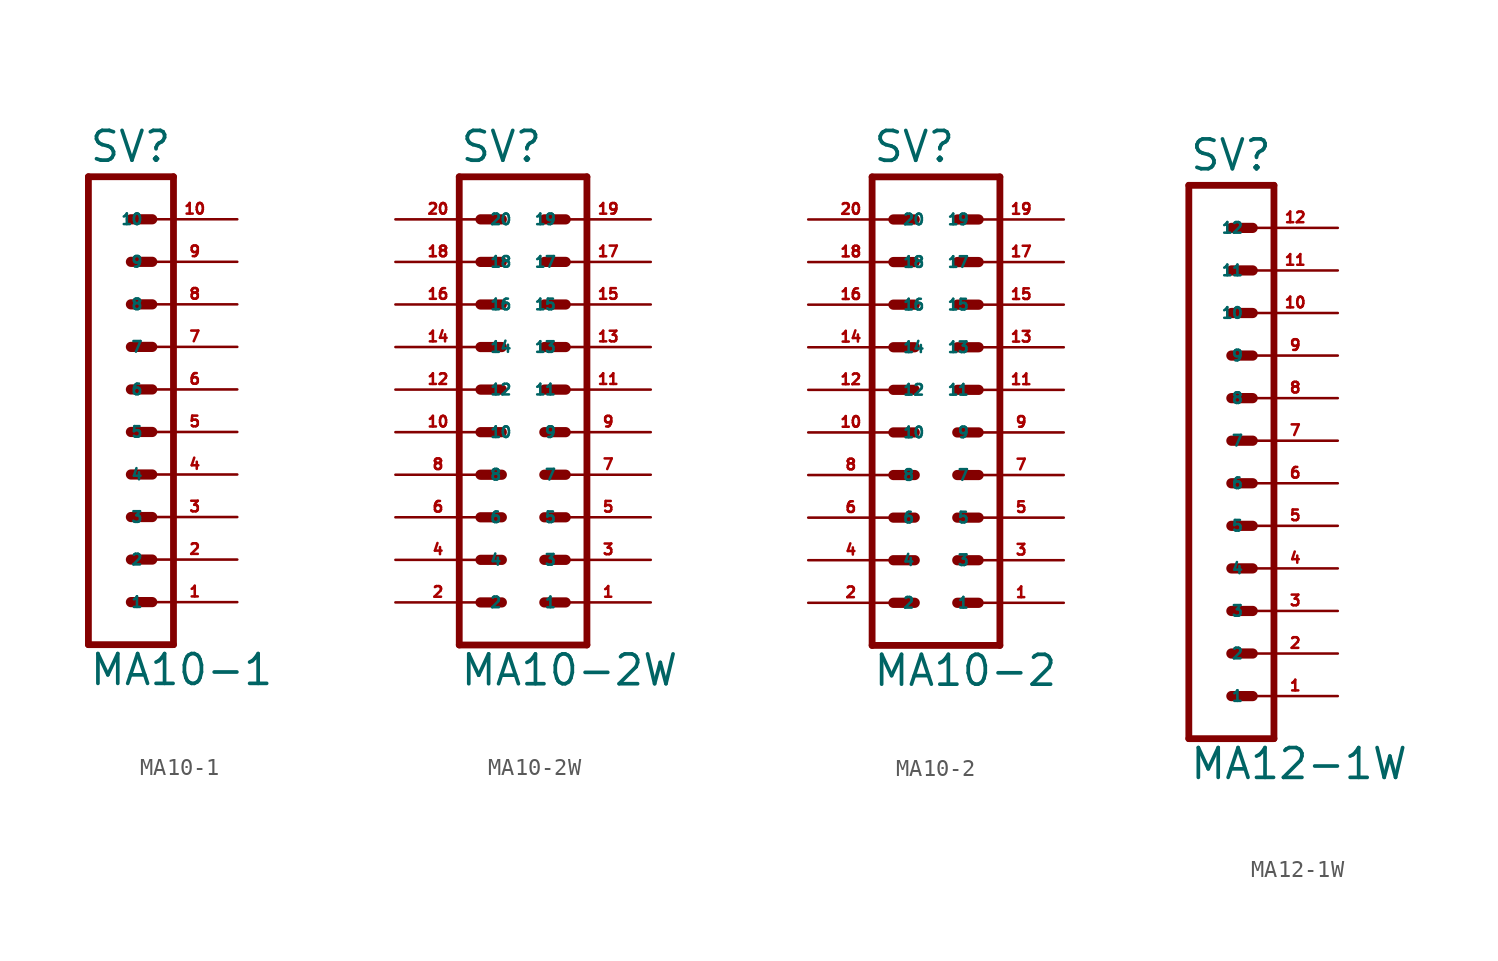
<source format=kicad_sym>
(kicad_symbol_lib
  (version 20220914)
  (generator Eagle2Kicad)
  (symbol "MA10-1"
    (property "Reference" "SV"
      (at -1.27 16.002 0)
      (effects (font (size 1.778 1.778) (thickness 0.22)) (justify left bottom)))
    (property "Value" "MA10-1"
      (at -1.27 -15.24 0)
      (effects (font (size 1.778 1.778) (thickness 0.22)) (justify left bottom)))
    (polyline
      (pts (xy 3.81 -12.7) (xy -1.27 -12.7))
      (stroke (width 0.406) (type default))
      (fill (type none)))
    (polyline
      (pts (xy 1.27 -5.08) (xy 2.54 -5.08))
      (stroke (width 0.61) (type default))
      (fill (type none)))
    (polyline
      (pts (xy 1.27 -7.62) (xy 2.54 -7.62))
      (stroke (width 0.61) (type default))
      (fill (type none)))
    (polyline
      (pts (xy 1.27 -10.16) (xy 2.54 -10.16))
      (stroke (width 0.61) (type default))
      (fill (type none)))
    (polyline
      (pts (xy 1.27 0) (xy 2.54 0))
      (stroke (width 0.61) (type default))
      (fill (type none)))
    (polyline
      (pts (xy 1.27 -2.54) (xy 2.54 -2.54))
      (stroke (width 0.61) (type default))
      (fill (type none)))
    (polyline
      (pts (xy 1.27 7.62) (xy 2.54 7.62))
      (stroke (width 0.61) (type default))
      (fill (type none)))
    (polyline
      (pts (xy 1.27 5.08) (xy 2.54 5.08))
      (stroke (width 0.61) (type default))
      (fill (type none)))
    (polyline
      (pts (xy 1.27 2.54) (xy 2.54 2.54))
      (stroke (width 0.61) (type default))
      (fill (type none)))
    (polyline
      (pts (xy 1.27 12.7) (xy 2.54 12.7))
      (stroke (width 0.61) (type default))
      (fill (type none)))
    (polyline
      (pts (xy 1.27 10.16) (xy 2.54 10.16))
      (stroke (width 0.61) (type default))
      (fill (type none)))
    (polyline
      (pts (xy -1.27 15.24) (xy -1.27 -12.7))
      (stroke (width 0.406) (type default))
      (fill (type none)))
    (polyline
      (pts (xy 3.81 -12.7) (xy 3.81 15.24))
      (stroke (width 0.406) (type default))
      (fill (type none)))
    (polyline
      (pts (xy -1.27 15.24) (xy 3.81 15.24))
      (stroke (width 0.406) (type default))
      (fill (type none)))
    (pin passive line
      (at 7.62 -10.16 180)
      (length 5.08)
      (name "1" (effects (font (size 0.635 0.635) (thickness 0.08)) (justify left bottom)))
      (number "1" (effects (font (size 0.635 0.635) (thickness 0.08)) (justify left bottom))))
    (pin passive line
      (at 7.62 -7.62 180)
      (length 5.08)
      (name "2" (effects (font (size 0.635 0.635) (thickness 0.08)) (justify left bottom)))
      (number "2" (effects (font (size 0.635 0.635) (thickness 0.08)) (justify left bottom))))
    (pin passive line
      (at 7.62 -5.08 180)
      (length 5.08)
      (name "3" (effects (font (size 0.635 0.635) (thickness 0.08)) (justify left bottom)))
      (number "3" (effects (font (size 0.635 0.635) (thickness 0.08)) (justify left bottom))))
    (pin passive line
      (at 7.62 -2.54 180)
      (length 5.08)
      (name "4" (effects (font (size 0.635 0.635) (thickness 0.08)) (justify left bottom)))
      (number "4" (effects (font (size 0.635 0.635) (thickness 0.08)) (justify left bottom))))
    (pin passive line
      (at 7.62 0 180)
      (length 5.08)
      (name "5" (effects (font (size 0.635 0.635) (thickness 0.08)) (justify left bottom)))
      (number "5" (effects (font (size 0.635 0.635) (thickness 0.08)) (justify left bottom))))
    (pin passive line
      (at 7.62 2.54 180)
      (length 5.08)
      (name "6" (effects (font (size 0.635 0.635) (thickness 0.08)) (justify left bottom)))
      (number "6" (effects (font (size 0.635 0.635) (thickness 0.08)) (justify left bottom))))
    (pin passive line
      (at 7.62 5.08 180)
      (length 5.08)
      (name "7" (effects (font (size 0.635 0.635) (thickness 0.08)) (justify left bottom)))
      (number "7" (effects (font (size 0.635 0.635) (thickness 0.08)) (justify left bottom))))
    (pin passive line
      (at 7.62 7.62 180)
      (length 5.08)
      (name "8" (effects (font (size 0.635 0.635) (thickness 0.08)) (justify left bottom)))
      (number "8" (effects (font (size 0.635 0.635) (thickness 0.08)) (justify left bottom))))
    (pin passive line
      (at 7.62 10.16 180)
      (length 5.08)
      (name "9" (effects (font (size 0.635 0.635) (thickness 0.08)) (justify left bottom)))
      (number "9" (effects (font (size 0.635 0.635) (thickness 0.08)) (justify left bottom))))
    (pin passive line
      (at 7.62 12.7 180)
      (length 5.08)
      (name "10" (effects (font (size 0.635 0.635) (thickness 0.08)) (justify left bottom)))
      (number "10" (effects (font (size 0.635 0.635) (thickness 0.08)) (justify left bottom)))))
  (symbol "MA10-2W"
    (property "Reference" "SV"
      (at -3.81 16.002 0)
      (effects (font (size 1.778 1.778) (thickness 0.22)) (justify left bottom)))
    (property "Value" "MA10-2W"
      (at -3.81 -15.24 0)
      (effects (font (size 1.778 1.778) (thickness 0.22)) (justify left bottom)))
    (polyline
      (pts (xy 3.81 -12.7) (xy -3.81 -12.7))
      (stroke (width 0.406) (type default))
      (fill (type none)))
    (polyline
      (pts (xy 1.27 -5.08) (xy 2.54 -5.08))
      (stroke (width 0.61) (type default))
      (fill (type none)))
    (polyline
      (pts (xy 1.27 -7.62) (xy 2.54 -7.62))
      (stroke (width 0.61) (type default))
      (fill (type none)))
    (polyline
      (pts (xy 1.27 -10.16) (xy 2.54 -10.16))
      (stroke (width 0.61) (type default))
      (fill (type none)))
    (polyline
      (pts (xy -2.54 -5.08) (xy -1.27 -5.08))
      (stroke (width 0.61) (type default))
      (fill (type none)))
    (polyline
      (pts (xy -2.54 -7.62) (xy -1.27 -7.62))
      (stroke (width 0.61) (type default))
      (fill (type none)))
    (polyline
      (pts (xy -2.54 -10.16) (xy -1.27 -10.16))
      (stroke (width 0.61) (type default))
      (fill (type none)))
    (polyline
      (pts (xy 1.27 0) (xy 2.54 0))
      (stroke (width 0.61) (type default))
      (fill (type none)))
    (polyline
      (pts (xy 1.27 -2.54) (xy 2.54 -2.54))
      (stroke (width 0.61) (type default))
      (fill (type none)))
    (polyline
      (pts (xy -2.54 0) (xy -1.27 0))
      (stroke (width 0.61) (type default))
      (fill (type none)))
    (polyline
      (pts (xy -2.54 -2.54) (xy -1.27 -2.54))
      (stroke (width 0.61) (type default))
      (fill (type none)))
    (polyline
      (pts (xy 1.27 7.62) (xy 2.54 7.62))
      (stroke (width 0.61) (type default))
      (fill (type none)))
    (polyline
      (pts (xy 1.27 5.08) (xy 2.54 5.08))
      (stroke (width 0.61) (type default))
      (fill (type none)))
    (polyline
      (pts (xy 1.27 2.54) (xy 2.54 2.54))
      (stroke (width 0.61) (type default))
      (fill (type none)))
    (polyline
      (pts (xy -2.54 7.62) (xy -1.27 7.62))
      (stroke (width 0.61) (type default))
      (fill (type none)))
    (polyline
      (pts (xy -2.54 5.08) (xy -1.27 5.08))
      (stroke (width 0.61) (type default))
      (fill (type none)))
    (polyline
      (pts (xy -2.54 2.54) (xy -1.27 2.54))
      (stroke (width 0.61) (type default))
      (fill (type none)))
    (polyline
      (pts (xy -3.81 15.24) (xy -3.81 -12.7))
      (stroke (width 0.406) (type default))
      (fill (type none)))
    (polyline
      (pts (xy 3.81 -12.7) (xy 3.81 15.24))
      (stroke (width 0.406) (type default))
      (fill (type none)))
    (polyline
      (pts (xy -3.81 15.24) (xy 3.81 15.24))
      (stroke (width 0.406) (type default))
      (fill (type none)))
    (polyline
      (pts (xy 1.27 12.7) (xy 2.54 12.7))
      (stroke (width 0.61) (type default))
      (fill (type none)))
    (polyline
      (pts (xy 1.27 10.16) (xy 2.54 10.16))
      (stroke (width 0.61) (type default))
      (fill (type none)))
    (polyline
      (pts (xy -2.54 12.7) (xy -1.27 12.7))
      (stroke (width 0.61) (type default))
      (fill (type none)))
    (polyline
      (pts (xy -2.54 10.16) (xy -1.27 10.16))
      (stroke (width 0.61) (type default))
      (fill (type none)))
    (pin passive line
      (at 7.62 -10.16 180)
      (length 5.08)
      (name "1" (effects (font (size 0.635 0.635) (thickness 0.08)) (justify left bottom)))
      (number "1" (effects (font (size 0.635 0.635) (thickness 0.08)) (justify left bottom))))
    (pin passive line
      (at 7.62 -7.62 180)
      (length 5.08)
      (name "3" (effects (font (size 0.635 0.635) (thickness 0.08)) (justify left bottom)))
      (number "3" (effects (font (size 0.635 0.635) (thickness 0.08)) (justify left bottom))))
    (pin passive line
      (at 7.62 -5.08 180)
      (length 5.08)
      (name "5" (effects (font (size 0.635 0.635) (thickness 0.08)) (justify left bottom)))
      (number "5" (effects (font (size 0.635 0.635) (thickness 0.08)) (justify left bottom))))
    (pin passive line
      (at -7.62 -10.16 0)
      (length 5.08)
      (name "2" (effects (font (size 0.635 0.635) (thickness 0.08)) (justify left bottom)))
      (number "2" (effects (font (size 0.635 0.635) (thickness 0.08)) (justify left bottom))))
    (pin passive line
      (at -7.62 -7.62 0)
      (length 5.08)
      (name "4" (effects (font (size 0.635 0.635) (thickness 0.08)) (justify left bottom)))
      (number "4" (effects (font (size 0.635 0.635) (thickness 0.08)) (justify left bottom))))
    (pin passive line
      (at -7.62 -5.08 0)
      (length 5.08)
      (name "6" (effects (font (size 0.635 0.635) (thickness 0.08)) (justify left bottom)))
      (number "6" (effects (font (size 0.635 0.635) (thickness 0.08)) (justify left bottom))))
    (pin passive line
      (at 7.62 -2.54 180)
      (length 5.08)
      (name "7" (effects (font (size 0.635 0.635) (thickness 0.08)) (justify left bottom)))
      (number "7" (effects (font (size 0.635 0.635) (thickness 0.08)) (justify left bottom))))
    (pin passive line
      (at 7.62 0 180)
      (length 5.08)
      (name "9" (effects (font (size 0.635 0.635) (thickness 0.08)) (justify left bottom)))
      (number "9" (effects (font (size 0.635 0.635) (thickness 0.08)) (justify left bottom))))
    (pin passive line
      (at -7.62 -2.54 0)
      (length 5.08)
      (name "8" (effects (font (size 0.635 0.635) (thickness 0.08)) (justify left bottom)))
      (number "8" (effects (font (size 0.635 0.635) (thickness 0.08)) (justify left bottom))))
    (pin passive line
      (at -7.62 0 0)
      (length 5.08)
      (name "10" (effects (font (size 0.635 0.635) (thickness 0.08)) (justify left bottom)))
      (number "10" (effects (font (size 0.635 0.635) (thickness 0.08)) (justify left bottom))))
    (pin passive line
      (at 7.62 2.54 180)
      (length 5.08)
      (name "11" (effects (font (size 0.635 0.635) (thickness 0.08)) (justify left bottom)))
      (number "11" (effects (font (size 0.635 0.635) (thickness 0.08)) (justify left bottom))))
    (pin passive line
      (at 7.62 5.08 180)
      (length 5.08)
      (name "13" (effects (font (size 0.635 0.635) (thickness 0.08)) (justify left bottom)))
      (number "13" (effects (font (size 0.635 0.635) (thickness 0.08)) (justify left bottom))))
    (pin passive line
      (at 7.62 7.62 180)
      (length 5.08)
      (name "15" (effects (font (size 0.635 0.635) (thickness 0.08)) (justify left bottom)))
      (number "15" (effects (font (size 0.635 0.635) (thickness 0.08)) (justify left bottom))))
    (pin passive line
      (at -7.62 2.54 0)
      (length 5.08)
      (name "12" (effects (font (size 0.635 0.635) (thickness 0.08)) (justify left bottom)))
      (number "12" (effects (font (size 0.635 0.635) (thickness 0.08)) (justify left bottom))))
    (pin passive line
      (at -7.62 5.08 0)
      (length 5.08)
      (name "14" (effects (font (size 0.635 0.635) (thickness 0.08)) (justify left bottom)))
      (number "14" (effects (font (size 0.635 0.635) (thickness 0.08)) (justify left bottom))))
    (pin passive line
      (at -7.62 7.62 0)
      (length 5.08)
      (name "16" (effects (font (size 0.635 0.635) (thickness 0.08)) (justify left bottom)))
      (number "16" (effects (font (size 0.635 0.635) (thickness 0.08)) (justify left bottom))))
    (pin passive line
      (at 7.62 10.16 180)
      (length 5.08)
      (name "17" (effects (font (size 0.635 0.635) (thickness 0.08)) (justify left bottom)))
      (number "17" (effects (font (size 0.635 0.635) (thickness 0.08)) (justify left bottom))))
    (pin passive line
      (at 7.62 12.7 180)
      (length 5.08)
      (name "19" (effects (font (size 0.635 0.635) (thickness 0.08)) (justify left bottom)))
      (number "19" (effects (font (size 0.635 0.635) (thickness 0.08)) (justify left bottom))))
    (pin passive line
      (at -7.62 10.16 0)
      (length 5.08)
      (name "18" (effects (font (size 0.635 0.635) (thickness 0.08)) (justify left bottom)))
      (number "18" (effects (font (size 0.635 0.635) (thickness 0.08)) (justify left bottom))))
    (pin passive line
      (at -7.62 12.7 0)
      (length 5.08)
      (name "20" (effects (font (size 0.635 0.635) (thickness 0.08)) (justify left bottom)))
      (number "20" (effects (font (size 0.635 0.635) (thickness 0.08)) (justify left bottom)))))
  (symbol "MA10-2"
    (property "Reference" "SV"
      (at -3.81 16.002 0)
      (effects (font (size 1.778 1.778) (thickness 0.22)) (justify left bottom)))
    (property "Value" "MA10-2"
      (at -3.81 -15.24 0)
      (effects (font (size 1.778 1.778) (thickness 0.22)) (justify left bottom)))
    (polyline
      (pts (xy 3.81 -12.7) (xy -3.81 -12.7))
      (stroke (width 0.406) (type default))
      (fill (type none)))
    (polyline
      (pts (xy 1.27 -5.08) (xy 2.54 -5.08))
      (stroke (width 0.61) (type default))
      (fill (type none)))
    (polyline
      (pts (xy 1.27 -7.62) (xy 2.54 -7.62))
      (stroke (width 0.61) (type default))
      (fill (type none)))
    (polyline
      (pts (xy 1.27 -10.16) (xy 2.54 -10.16))
      (stroke (width 0.61) (type default))
      (fill (type none)))
    (polyline
      (pts (xy -2.54 -5.08) (xy -1.27 -5.08))
      (stroke (width 0.61) (type default))
      (fill (type none)))
    (polyline
      (pts (xy -2.54 -7.62) (xy -1.27 -7.62))
      (stroke (width 0.61) (type default))
      (fill (type none)))
    (polyline
      (pts (xy -2.54 -10.16) (xy -1.27 -10.16))
      (stroke (width 0.61) (type default))
      (fill (type none)))
    (polyline
      (pts (xy 1.27 0) (xy 2.54 0))
      (stroke (width 0.61) (type default))
      (fill (type none)))
    (polyline
      (pts (xy 1.27 -2.54) (xy 2.54 -2.54))
      (stroke (width 0.61) (type default))
      (fill (type none)))
    (polyline
      (pts (xy -2.54 0) (xy -1.27 0))
      (stroke (width 0.61) (type default))
      (fill (type none)))
    (polyline
      (pts (xy -2.54 -2.54) (xy -1.27 -2.54))
      (stroke (width 0.61) (type default))
      (fill (type none)))
    (polyline
      (pts (xy 1.27 7.62) (xy 2.54 7.62))
      (stroke (width 0.61) (type default))
      (fill (type none)))
    (polyline
      (pts (xy 1.27 5.08) (xy 2.54 5.08))
      (stroke (width 0.61) (type default))
      (fill (type none)))
    (polyline
      (pts (xy 1.27 2.54) (xy 2.54 2.54))
      (stroke (width 0.61) (type default))
      (fill (type none)))
    (polyline
      (pts (xy -2.54 7.62) (xy -1.27 7.62))
      (stroke (width 0.61) (type default))
      (fill (type none)))
    (polyline
      (pts (xy -2.54 5.08) (xy -1.27 5.08))
      (stroke (width 0.61) (type default))
      (fill (type none)))
    (polyline
      (pts (xy -2.54 2.54) (xy -1.27 2.54))
      (stroke (width 0.61) (type default))
      (fill (type none)))
    (polyline
      (pts (xy -3.81 15.24) (xy -3.81 -12.7))
      (stroke (width 0.406) (type default))
      (fill (type none)))
    (polyline
      (pts (xy 3.81 -12.7) (xy 3.81 15.24))
      (stroke (width 0.406) (type default))
      (fill (type none)))
    (polyline
      (pts (xy -3.81 15.24) (xy 3.81 15.24))
      (stroke (width 0.406) (type default))
      (fill (type none)))
    (polyline
      (pts (xy 1.27 12.7) (xy 2.54 12.7))
      (stroke (width 0.61) (type default))
      (fill (type none)))
    (polyline
      (pts (xy 1.27 10.16) (xy 2.54 10.16))
      (stroke (width 0.61) (type default))
      (fill (type none)))
    (polyline
      (pts (xy -2.54 12.7) (xy -1.27 12.7))
      (stroke (width 0.61) (type default))
      (fill (type none)))
    (polyline
      (pts (xy -2.54 10.16) (xy -1.27 10.16))
      (stroke (width 0.61) (type default))
      (fill (type none)))
    (pin passive line
      (at 7.62 -10.16 180)
      (length 5.08)
      (name "1" (effects (font (size 0.635 0.635) (thickness 0.08)) (justify left bottom)))
      (number "1" (effects (font (size 0.635 0.635) (thickness 0.08)) (justify left bottom))))
    (pin passive line
      (at 7.62 -7.62 180)
      (length 5.08)
      (name "3" (effects (font (size 0.635 0.635) (thickness 0.08)) (justify left bottom)))
      (number "3" (effects (font (size 0.635 0.635) (thickness 0.08)) (justify left bottom))))
    (pin passive line
      (at 7.62 -5.08 180)
      (length 5.08)
      (name "5" (effects (font (size 0.635 0.635) (thickness 0.08)) (justify left bottom)))
      (number "5" (effects (font (size 0.635 0.635) (thickness 0.08)) (justify left bottom))))
    (pin passive line
      (at -7.62 -10.16 0)
      (length 5.08)
      (name "2" (effects (font (size 0.635 0.635) (thickness 0.08)) (justify left bottom)))
      (number "2" (effects (font (size 0.635 0.635) (thickness 0.08)) (justify left bottom))))
    (pin passive line
      (at -7.62 -7.62 0)
      (length 5.08)
      (name "4" (effects (font (size 0.635 0.635) (thickness 0.08)) (justify left bottom)))
      (number "4" (effects (font (size 0.635 0.635) (thickness 0.08)) (justify left bottom))))
    (pin passive line
      (at -7.62 -5.08 0)
      (length 5.08)
      (name "6" (effects (font (size 0.635 0.635) (thickness 0.08)) (justify left bottom)))
      (number "6" (effects (font (size 0.635 0.635) (thickness 0.08)) (justify left bottom))))
    (pin passive line
      (at 7.62 -2.54 180)
      (length 5.08)
      (name "7" (effects (font (size 0.635 0.635) (thickness 0.08)) (justify left bottom)))
      (number "7" (effects (font (size 0.635 0.635) (thickness 0.08)) (justify left bottom))))
    (pin passive line
      (at 7.62 0 180)
      (length 5.08)
      (name "9" (effects (font (size 0.635 0.635) (thickness 0.08)) (justify left bottom)))
      (number "9" (effects (font (size 0.635 0.635) (thickness 0.08)) (justify left bottom))))
    (pin passive line
      (at -7.62 -2.54 0)
      (length 5.08)
      (name "8" (effects (font (size 0.635 0.635) (thickness 0.08)) (justify left bottom)))
      (number "8" (effects (font (size 0.635 0.635) (thickness 0.08)) (justify left bottom))))
    (pin passive line
      (at -7.62 0 0)
      (length 5.08)
      (name "10" (effects (font (size 0.635 0.635) (thickness 0.08)) (justify left bottom)))
      (number "10" (effects (font (size 0.635 0.635) (thickness 0.08)) (justify left bottom))))
    (pin passive line
      (at 7.62 2.54 180)
      (length 5.08)
      (name "11" (effects (font (size 0.635 0.635) (thickness 0.08)) (justify left bottom)))
      (number "11" (effects (font (size 0.635 0.635) (thickness 0.08)) (justify left bottom))))
    (pin passive line
      (at 7.62 5.08 180)
      (length 5.08)
      (name "13" (effects (font (size 0.635 0.635) (thickness 0.08)) (justify left bottom)))
      (number "13" (effects (font (size 0.635 0.635) (thickness 0.08)) (justify left bottom))))
    (pin passive line
      (at 7.62 7.62 180)
      (length 5.08)
      (name "15" (effects (font (size 0.635 0.635) (thickness 0.08)) (justify left bottom)))
      (number "15" (effects (font (size 0.635 0.635) (thickness 0.08)) (justify left bottom))))
    (pin passive line
      (at -7.62 2.54 0)
      (length 5.08)
      (name "12" (effects (font (size 0.635 0.635) (thickness 0.08)) (justify left bottom)))
      (number "12" (effects (font (size 0.635 0.635) (thickness 0.08)) (justify left bottom))))
    (pin passive line
      (at -7.62 5.08 0)
      (length 5.08)
      (name "14" (effects (font (size 0.635 0.635) (thickness 0.08)) (justify left bottom)))
      (number "14" (effects (font (size 0.635 0.635) (thickness 0.08)) (justify left bottom))))
    (pin passive line
      (at -7.62 7.62 0)
      (length 5.08)
      (name "16" (effects (font (size 0.635 0.635) (thickness 0.08)) (justify left bottom)))
      (number "16" (effects (font (size 0.635 0.635) (thickness 0.08)) (justify left bottom))))
    (pin passive line
      (at 7.62 10.16 180)
      (length 5.08)
      (name "17" (effects (font (size 0.635 0.635) (thickness 0.08)) (justify left bottom)))
      (number "17" (effects (font (size 0.635 0.635) (thickness 0.08)) (justify left bottom))))
    (pin passive line
      (at 7.62 12.7 180)
      (length 5.08)
      (name "19" (effects (font (size 0.635 0.635) (thickness 0.08)) (justify left bottom)))
      (number "19" (effects (font (size 0.635 0.635) (thickness 0.08)) (justify left bottom))))
    (pin passive line
      (at -7.62 10.16 0)
      (length 5.08)
      (name "18" (effects (font (size 0.635 0.635) (thickness 0.08)) (justify left bottom)))
      (number "18" (effects (font (size 0.635 0.635) (thickness 0.08)) (justify left bottom))))
    (pin passive line
      (at -7.62 12.7 0)
      (length 5.08)
      (name "20" (effects (font (size 0.635 0.635) (thickness 0.08)) (justify left bottom)))
      (number "20" (effects (font (size 0.635 0.635) (thickness 0.08)) (justify left bottom)))))
  (symbol "MA12-1W"
    (property "Reference" "SV"
      (at -1.27 18.542 0)
      (effects (font (size 1.778 1.778) (thickness 0.22)) (justify left bottom)))
    (property "Value" "MA12-1W"
      (at -1.27 -17.78 0)
      (effects (font (size 1.778 1.778) (thickness 0.22)) (justify left bottom)))
    (polyline
      (pts (xy 3.81 -15.24) (xy -1.27 -15.24))
      (stroke (width 0.406) (type default))
      (fill (type none)))
    (polyline
      (pts (xy 1.27 -7.62) (xy 2.54 -7.62))
      (stroke (width 0.61) (type default))
      (fill (type none)))
    (polyline
      (pts (xy 1.27 -10.16) (xy 2.54 -10.16))
      (stroke (width 0.61) (type default))
      (fill (type none)))
    (polyline
      (pts (xy 1.27 -12.7) (xy 2.54 -12.7))
      (stroke (width 0.61) (type default))
      (fill (type none)))
    (polyline
      (pts (xy 1.27 -2.54) (xy 2.54 -2.54))
      (stroke (width 0.61) (type default))
      (fill (type none)))
    (polyline
      (pts (xy 1.27 -5.08) (xy 2.54 -5.08))
      (stroke (width 0.61) (type default))
      (fill (type none)))
    (polyline
      (pts (xy 1.27 5.08) (xy 2.54 5.08))
      (stroke (width 0.61) (type default))
      (fill (type none)))
    (polyline
      (pts (xy 1.27 2.54) (xy 2.54 2.54))
      (stroke (width 0.61) (type default))
      (fill (type none)))
    (polyline
      (pts (xy 1.27 0) (xy 2.54 0))
      (stroke (width 0.61) (type default))
      (fill (type none)))
    (polyline
      (pts (xy 1.27 10.16) (xy 2.54 10.16))
      (stroke (width 0.61) (type default))
      (fill (type none)))
    (polyline
      (pts (xy 1.27 7.62) (xy 2.54 7.62))
      (stroke (width 0.61) (type default))
      (fill (type none)))
    (polyline
      (pts (xy 1.27 15.24) (xy 2.54 15.24))
      (stroke (width 0.61) (type default))
      (fill (type none)))
    (polyline
      (pts (xy 1.27 12.7) (xy 2.54 12.7))
      (stroke (width 0.61) (type default))
      (fill (type none)))
    (polyline
      (pts (xy -1.27 17.78) (xy -1.27 -15.24))
      (stroke (width 0.406) (type default))
      (fill (type none)))
    (polyline
      (pts (xy 3.81 -15.24) (xy 3.81 17.78))
      (stroke (width 0.406) (type default))
      (fill (type none)))
    (polyline
      (pts (xy -1.27 17.78) (xy 3.81 17.78))
      (stroke (width 0.406) (type default))
      (fill (type none)))
    (pin passive line
      (at 7.62 -12.7 180)
      (length 5.08)
      (name "1" (effects (font (size 0.635 0.635) (thickness 0.08)) (justify left bottom)))
      (number "1" (effects (font (size 0.635 0.635) (thickness 0.08)) (justify left bottom))))
    (pin passive line
      (at 7.62 -10.16 180)
      (length 5.08)
      (name "2" (effects (font (size 0.635 0.635) (thickness 0.08)) (justify left bottom)))
      (number "2" (effects (font (size 0.635 0.635) (thickness 0.08)) (justify left bottom))))
    (pin passive line
      (at 7.62 -7.62 180)
      (length 5.08)
      (name "3" (effects (font (size 0.635 0.635) (thickness 0.08)) (justify left bottom)))
      (number "3" (effects (font (size 0.635 0.635) (thickness 0.08)) (justify left bottom))))
    (pin passive line
      (at 7.62 -5.08 180)
      (length 5.08)
      (name "4" (effects (font (size 0.635 0.635) (thickness 0.08)) (justify left bottom)))
      (number "4" (effects (font (size 0.635 0.635) (thickness 0.08)) (justify left bottom))))
    (pin passive line
      (at 7.62 -2.54 180)
      (length 5.08)
      (name "5" (effects (font (size 0.635 0.635) (thickness 0.08)) (justify left bottom)))
      (number "5" (effects (font (size 0.635 0.635) (thickness 0.08)) (justify left bottom))))
    (pin passive line
      (at 7.62 0 180)
      (length 5.08)
      (name "6" (effects (font (size 0.635 0.635) (thickness 0.08)) (justify left bottom)))
      (number "6" (effects (font (size 0.635 0.635) (thickness 0.08)) (justify left bottom))))
    (pin passive line
      (at 7.62 2.54 180)
      (length 5.08)
      (name "7" (effects (font (size 0.635 0.635) (thickness 0.08)) (justify left bottom)))
      (number "7" (effects (font (size 0.635 0.635) (thickness 0.08)) (justify left bottom))))
    (pin passive line
      (at 7.62 5.08 180)
      (length 5.08)
      (name "8" (effects (font (size 0.635 0.635) (thickness 0.08)) (justify left bottom)))
      (number "8" (effects (font (size 0.635 0.635) (thickness 0.08)) (justify left bottom))))
    (pin passive line
      (at 7.62 7.62 180)
      (length 5.08)
      (name "9" (effects (font (size 0.635 0.635) (thickness 0.08)) (justify left bottom)))
      (number "9" (effects (font (size 0.635 0.635) (thickness 0.08)) (justify left bottom))))
    (pin passive line
      (at 7.62 10.16 180)
      (length 5.08)
      (name "10" (effects (font (size 0.635 0.635) (thickness 0.08)) (justify left bottom)))
      (number "10" (effects (font (size 0.635 0.635) (thickness 0.08)) (justify left bottom))))
    (pin passive line
      (at 7.62 12.7 180)
      (length 5.08)
      (name "11" (effects (font (size 0.635 0.635) (thickness 0.08)) (justify left bottom)))
      (number "11" (effects (font (size 0.635 0.635) (thickness 0.08)) (justify left bottom))))
    (pin passive line
      (at 7.62 15.24 180)
      (length 5.08)
      (name "12" (effects (font (size 0.635 0.635) (thickness 0.08)) (justify left bottom)))
      (number "12" (effects (font (size 0.635 0.635) (thickness 0.08)) (justify left bottom))))))
</source>
